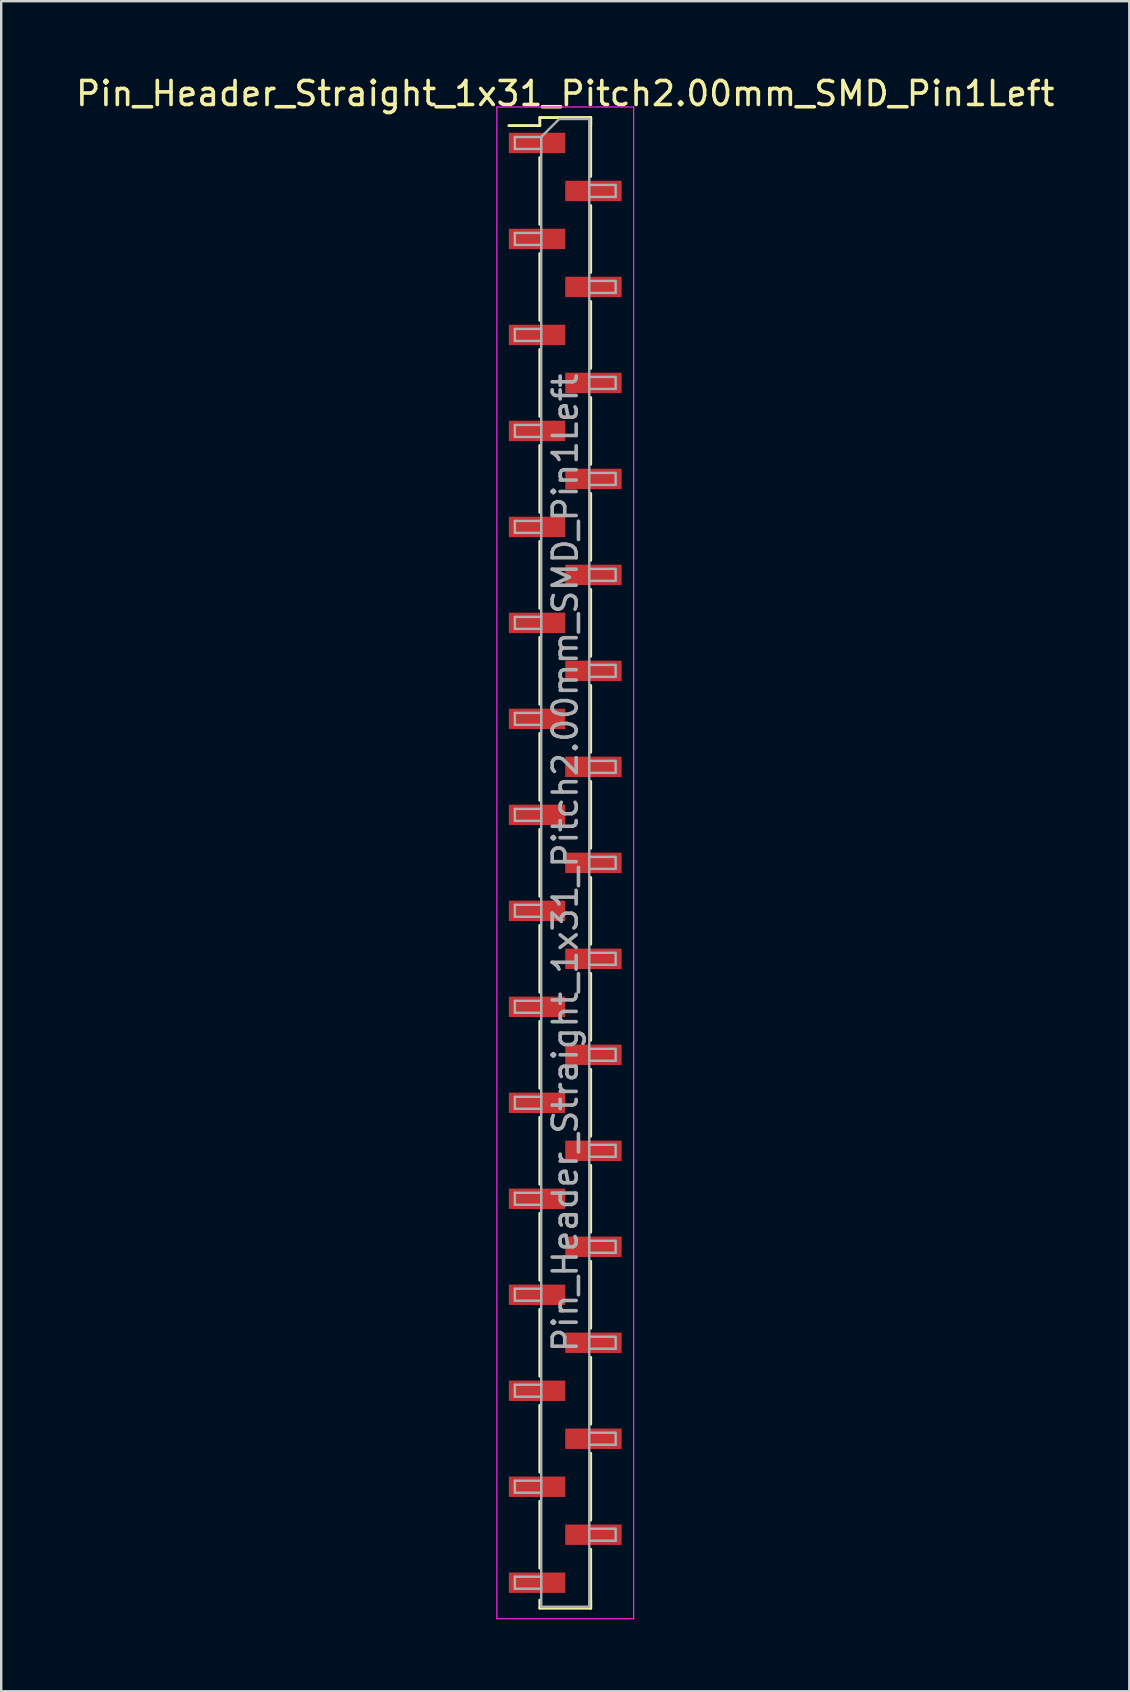
<source format=kicad_pcb>
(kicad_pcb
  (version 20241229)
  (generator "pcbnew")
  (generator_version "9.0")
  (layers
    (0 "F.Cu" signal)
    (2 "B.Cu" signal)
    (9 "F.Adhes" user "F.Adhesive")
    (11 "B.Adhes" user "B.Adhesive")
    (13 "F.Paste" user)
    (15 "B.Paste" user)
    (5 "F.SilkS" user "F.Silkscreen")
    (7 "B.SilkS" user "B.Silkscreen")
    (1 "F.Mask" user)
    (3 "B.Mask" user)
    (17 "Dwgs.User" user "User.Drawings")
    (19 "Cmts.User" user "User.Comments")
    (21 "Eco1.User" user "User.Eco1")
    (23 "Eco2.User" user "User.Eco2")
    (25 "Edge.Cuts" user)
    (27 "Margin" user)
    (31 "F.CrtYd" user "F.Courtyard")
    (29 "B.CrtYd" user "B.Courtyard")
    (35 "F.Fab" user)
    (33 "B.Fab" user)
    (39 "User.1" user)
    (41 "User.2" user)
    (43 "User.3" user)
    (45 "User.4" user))
  (footprint "Pin_Header_Straight_1x31_Pitch2.00mm_SMD_Pin1Left"
    (layer "F.Cu")
    (at 20.506 32.908)
    (property "Reference" "Pin_Header_Straight_1x31_Pitch2.00mm_SMD_Pin1Left" (at 0 -32.06 0) (layer "F.SilkS") (effects (font (size 1 1) (thickness 0.15))))
    (attr smd)
    (fp_line (start -1.06 -31.06) (end 1.06 -31.06) (stroke (width 0.12) (type solid)) (layer "F.SilkS"))
    (fp_line (start -1.06 -30.725) (end -2.35 -30.725) (stroke (width 0.12) (type solid)) (layer "F.SilkS"))
    (fp_line (start -1.06 -30.725) (end -1.06 -31.06) (stroke (width 0.12) (type solid)) (layer "F.SilkS"))
    (fp_line (start -1.06 -29.395) (end -1.06 -26.605) (stroke (width 0.12) (type solid)) (layer "F.SilkS"))
    (fp_line (start -1.06 -25.395) (end -1.06 -22.605) (stroke (width 0.12) (type solid)) (layer "F.SilkS"))
    (fp_line (start -1.06 -21.395) (end -1.06 -18.605) (stroke (width 0.12) (type solid)) (layer "F.SilkS"))
    (fp_line (start -1.06 -17.395) (end -1.06 -14.605) (stroke (width 0.12) (type solid)) (layer "F.SilkS"))
    (fp_line (start -1.06 -13.395) (end -1.06 -10.605) (stroke (width 0.12) (type solid)) (layer "F.SilkS"))
    (fp_line (start -1.06 -9.395) (end -1.06 -6.605) (stroke (width 0.12) (type solid)) (layer "F.SilkS"))
    (fp_line (start -1.06 -5.395) (end -1.06 -2.605) (stroke (width 0.12) (type solid)) (layer "F.SilkS"))
    (fp_line (start -1.06 -1.395) (end -1.06 1.395) (stroke (width 0.12) (type solid)) (layer "F.SilkS"))
    (fp_line (start -1.06 2.605) (end -1.06 5.395) (stroke (width 0.12) (type solid)) (layer "F.SilkS"))
    (fp_line (start -1.06 6.605) (end -1.06 9.395) (stroke (width 0.12) (type solid)) (layer "F.SilkS"))
    (fp_line (start -1.06 10.605) (end -1.06 13.395) (stroke (width 0.12) (type solid)) (layer "F.SilkS"))
    (fp_line (start -1.06 14.605) (end -1.06 17.395) (stroke (width 0.12) (type solid)) (layer "F.SilkS"))
    (fp_line (start -1.06 18.605) (end -1.06 21.395) (stroke (width 0.12) (type solid)) (layer "F.SilkS"))
    (fp_line (start -1.06 22.605) (end -1.06 25.395) (stroke (width 0.12) (type solid)) (layer "F.SilkS"))
    (fp_line (start -1.06 26.605) (end -1.06 29.395) (stroke (width 0.12) (type solid)) (layer "F.SilkS"))
    (fp_line (start -1.06 30.725) (end -1.06 31.06) (stroke (width 0.12) (type solid)) (layer "F.SilkS"))
    (fp_line (start -1.06 31.06) (end 1.06 31.06) (stroke (width 0.12) (type solid)) (layer "F.SilkS"))
    (fp_line (start 1.06 -31.06) (end 1.06 -30.725) (stroke (width 0.12) (type solid)) (layer "F.SilkS"))
    (fp_line (start 1.06 -31.06) (end 1.06 -28.605) (stroke (width 0.12) (type solid)) (layer "F.SilkS"))
    (fp_line (start 1.06 -27.395) (end 1.06 -24.605) (stroke (width 0.12) (type solid)) (layer "F.SilkS"))
    (fp_line (start 1.06 -23.395) (end 1.06 -20.605) (stroke (width 0.12) (type solid)) (layer "F.SilkS"))
    (fp_line (start 1.06 -19.395) (end 1.06 -16.605) (stroke (width 0.12) (type solid)) (layer "F.SilkS"))
    (fp_line (start 1.06 -15.395) (end 1.06 -12.605) (stroke (width 0.12) (type solid)) (layer "F.SilkS"))
    (fp_line (start 1.06 -11.395) (end 1.06 -8.605) (stroke (width 0.12) (type solid)) (layer "F.SilkS"))
    (fp_line (start 1.06 -7.395) (end 1.06 -4.605) (stroke (width 0.12) (type solid)) (layer "F.SilkS"))
    (fp_line (start 1.06 -3.395) (end 1.06 -0.605) (stroke (width 0.12) (type solid)) (layer "F.SilkS"))
    (fp_line (start 1.06 0.605) (end 1.06 3.395) (stroke (width 0.12) (type solid)) (layer "F.SilkS"))
    (fp_line (start 1.06 4.605) (end 1.06 7.395) (stroke (width 0.12) (type solid)) (layer "F.SilkS"))
    (fp_line (start 1.06 8.605) (end 1.06 11.395) (stroke (width 0.12) (type solid)) (layer "F.SilkS"))
    (fp_line (start 1.06 12.605) (end 1.06 15.395) (stroke (width 0.12) (type solid)) (layer "F.SilkS"))
    (fp_line (start 1.06 16.605) (end 1.06 19.395) (stroke (width 0.12) (type solid)) (layer "F.SilkS"))
    (fp_line (start 1.06 20.605) (end 1.06 23.395) (stroke (width 0.12) (type solid)) (layer "F.SilkS"))
    (fp_line (start 1.06 24.605) (end 1.06 27.395) (stroke (width 0.12) (type solid)) (layer "F.SilkS"))
    (fp_line (start 1.06 28.605) (end 1.06 31.06) (stroke (width 0.12) (type solid)) (layer "F.SilkS"))
    (fp_line (start 1.06 31.06) (end 1.06 30.725) (stroke (width 0.12) (type solid)) (layer "F.SilkS"))
    (fp_line (start -2.85 -31.5) (end -2.85 31.5) (stroke (width 0.05) (type solid)) (layer "F.CrtYd"))
    (fp_line (start -2.85 31.5) (end 2.85 31.5) (stroke (width 0.05) (type solid)) (layer "F.CrtYd"))
    (fp_line (start 2.85 -31.5) (end -2.85 -31.5) (stroke (width 0.05) (type solid)) (layer "F.CrtYd"))
    (fp_line (start 2.85 31.5) (end 2.85 -31.5) (stroke (width 0.05) (type solid)) (layer "F.CrtYd"))
    (fp_line (start -2.1 -30.25) (end -2.1 -29.75) (stroke (width 0.1) (type solid)) (layer "F.Fab"))
    (fp_line (start -2.1 -29.75) (end -1 -29.75) (stroke (width 0.1) (type solid)) (layer "F.Fab"))
    (fp_line (start -2.1 -26.25) (end -2.1 -25.75) (stroke (width 0.1) (type solid)) (layer "F.Fab"))
    (fp_line (start -2.1 -25.75) (end -1 -25.75) (stroke (width 0.1) (type solid)) (layer "F.Fab"))
    (fp_line (start -2.1 -22.25) (end -2.1 -21.75) (stroke (width 0.1) (type solid)) (layer "F.Fab"))
    (fp_line (start -2.1 -21.75) (end -1 -21.75) (stroke (width 0.1) (type solid)) (layer "F.Fab"))
    (fp_line (start -2.1 -18.25) (end -2.1 -17.75) (stroke (width 0.1) (type solid)) (layer "F.Fab"))
    (fp_line (start -2.1 -17.75) (end -1 -17.75) (stroke (width 0.1) (type solid)) (layer "F.Fab"))
    (fp_line (start -2.1 -14.25) (end -2.1 -13.75) (stroke (width 0.1) (type solid)) (layer "F.Fab"))
    (fp_line (start -2.1 -13.75) (end -1 -13.75) (stroke (width 0.1) (type solid)) (layer "F.Fab"))
    (fp_line (start -2.1 -10.25) (end -2.1 -9.75) (stroke (width 0.1) (type solid)) (layer "F.Fab"))
    (fp_line (start -2.1 -9.75) (end -1 -9.75) (stroke (width 0.1) (type solid)) (layer "F.Fab"))
    (fp_line (start -2.1 -6.25) (end -2.1 -5.75) (stroke (width 0.1) (type solid)) (layer "F.Fab"))
    (fp_line (start -2.1 -5.75) (end -1 -5.75) (stroke (width 0.1) (type solid)) (layer "F.Fab"))
    (fp_line (start -2.1 -2.25) (end -2.1 -1.75) (stroke (width 0.1) (type solid)) (layer "F.Fab"))
    (fp_line (start -2.1 -1.75) (end -1 -1.75) (stroke (width 0.1) (type solid)) (layer "F.Fab"))
    (fp_line (start -2.1 1.75) (end -2.1 2.25) (stroke (width 0.1) (type solid)) (layer "F.Fab"))
    (fp_line (start -2.1 2.25) (end -1 2.25) (stroke (width 0.1) (type solid)) (layer "F.Fab"))
    (fp_line (start -2.1 5.75) (end -2.1 6.25) (stroke (width 0.1) (type solid)) (layer "F.Fab"))
    (fp_line (start -2.1 6.25) (end -1 6.25) (stroke (width 0.1) (type solid)) (layer "F.Fab"))
    (fp_line (start -2.1 9.75) (end -2.1 10.25) (stroke (width 0.1) (type solid)) (layer "F.Fab"))
    (fp_line (start -2.1 10.25) (end -1 10.25) (stroke (width 0.1) (type solid)) (layer "F.Fab"))
    (fp_line (start -2.1 13.75) (end -2.1 14.25) (stroke (width 0.1) (type solid)) (layer "F.Fab"))
    (fp_line (start -2.1 14.25) (end -1 14.25) (stroke (width 0.1) (type solid)) (layer "F.Fab"))
    (fp_line (start -2.1 17.75) (end -2.1 18.25) (stroke (width 0.1) (type solid)) (layer "F.Fab"))
    (fp_line (start -2.1 18.25) (end -1 18.25) (stroke (width 0.1) (type solid)) (layer "F.Fab"))
    (fp_line (start -2.1 21.75) (end -2.1 22.25) (stroke (width 0.1) (type solid)) (layer "F.Fab"))
    (fp_line (start -2.1 22.25) (end -1 22.25) (stroke (width 0.1) (type solid)) (layer "F.Fab"))
    (fp_line (start -2.1 25.75) (end -2.1 26.25) (stroke (width 0.1) (type solid)) (layer "F.Fab"))
    (fp_line (start -2.1 26.25) (end -1 26.25) (stroke (width 0.1) (type solid)) (layer "F.Fab"))
    (fp_line (start -2.1 29.75) (end -2.1 30.25) (stroke (width 0.1) (type solid)) (layer "F.Fab"))
    (fp_line (start -2.1 30.25) (end -1 30.25) (stroke (width 0.1) (type solid)) (layer "F.Fab"))
    (fp_line (start -1 -30.25) (end -2.1 -30.25) (stroke (width 0.1) (type solid)) (layer "F.Fab"))
    (fp_line (start -1 -30.25) (end -0.25 -31) (stroke (width 0.1) (type solid)) (layer "F.Fab"))
    (fp_line (start -1 -26.25) (end -2.1 -26.25) (stroke (width 0.1) (type solid)) (layer "F.Fab"))
    (fp_line (start -1 -22.25) (end -2.1 -22.25) (stroke (width 0.1) (type solid)) (layer "F.Fab"))
    (fp_line (start -1 -18.25) (end -2.1 -18.25) (stroke (width 0.1) (type solid)) (layer "F.Fab"))
    (fp_line (start -1 -14.25) (end -2.1 -14.25) (stroke (width 0.1) (type solid)) (layer "F.Fab"))
    (fp_line (start -1 -10.25) (end -2.1 -10.25) (stroke (width 0.1) (type solid)) (layer "F.Fab"))
    (fp_line (start -1 -6.25) (end -2.1 -6.25) (stroke (width 0.1) (type solid)) (layer "F.Fab"))
    (fp_line (start -1 -2.25) (end -2.1 -2.25) (stroke (width 0.1) (type solid)) (layer "F.Fab"))
    (fp_line (start -1 1.75) (end -2.1 1.75) (stroke (width 0.1) (type solid)) (layer "F.Fab"))
    (fp_line (start -1 5.75) (end -2.1 5.75) (stroke (width 0.1) (type solid)) (layer "F.Fab"))
    (fp_line (start -1 9.75) (end -2.1 9.75) (stroke (width 0.1) (type solid)) (layer "F.Fab"))
    (fp_line (start -1 13.75) (end -2.1 13.75) (stroke (width 0.1) (type solid)) (layer "F.Fab"))
    (fp_line (start -1 17.75) (end -2.1 17.75) (stroke (width 0.1) (type solid)) (layer "F.Fab"))
    (fp_line (start -1 21.75) (end -2.1 21.75) (stroke (width 0.1) (type solid)) (layer "F.Fab"))
    (fp_line (start -1 25.75) (end -2.1 25.75) (stroke (width 0.1) (type solid)) (layer "F.Fab"))
    (fp_line (start -1 29.75) (end -2.1 29.75) (stroke (width 0.1) (type solid)) (layer "F.Fab"))
    (fp_line (start -1 31) (end -1 -30.25) (stroke (width 0.1) (type solid)) (layer "F.Fab"))
    (fp_line (start -0.25 -31) (end 1 -31) (stroke (width 0.1) (type solid)) (layer "F.Fab"))
    (fp_line (start 1 -31) (end 1 31) (stroke (width 0.1) (type solid)) (layer "F.Fab"))
    (fp_line (start 1 -28.25) (end 2.1 -28.25) (stroke (width 0.1) (type solid)) (layer "F.Fab"))
    (fp_line (start 1 -24.25) (end 2.1 -24.25) (stroke (width 0.1) (type solid)) (layer "F.Fab"))
    (fp_line (start 1 -20.25) (end 2.1 -20.25) (stroke (width 0.1) (type solid)) (layer "F.Fab"))
    (fp_line (start 1 -16.25) (end 2.1 -16.25) (stroke (width 0.1) (type solid)) (layer "F.Fab"))
    (fp_line (start 1 -12.25) (end 2.1 -12.25) (stroke (width 0.1) (type solid)) (layer "F.Fab"))
    (fp_line (start 1 -8.25) (end 2.1 -8.25) (stroke (width 0.1) (type solid)) (layer "F.Fab"))
    (fp_line (start 1 -4.25) (end 2.1 -4.25) (stroke (width 0.1) (type solid)) (layer "F.Fab"))
    (fp_line (start 1 -0.25) (end 2.1 -0.25) (stroke (width 0.1) (type solid)) (layer "F.Fab"))
    (fp_line (start 1 3.75) (end 2.1 3.75) (stroke (width 0.1) (type solid)) (layer "F.Fab"))
    (fp_line (start 1 7.75) (end 2.1 7.75) (stroke (width 0.1) (type solid)) (layer "F.Fab"))
    (fp_line (start 1 11.75) (end 2.1 11.75) (stroke (width 0.1) (type solid)) (layer "F.Fab"))
    (fp_line (start 1 15.75) (end 2.1 15.75) (stroke (width 0.1) (type solid)) (layer "F.Fab"))
    (fp_line (start 1 19.75) (end 2.1 19.75) (stroke (width 0.1) (type solid)) (layer "F.Fab"))
    (fp_line (start 1 23.75) (end 2.1 23.75) (stroke (width 0.1) (type solid)) (layer "F.Fab"))
    (fp_line (start 1 27.75) (end 2.1 27.75) (stroke (width 0.1) (type solid)) (layer "F.Fab"))
    (fp_line (start 1 31) (end -1 31) (stroke (width 0.1) (type solid)) (layer "F.Fab"))
    (fp_line (start 2.1 -28.25) (end 2.1 -27.75) (stroke (width 0.1) (type solid)) (layer "F.Fab"))
    (fp_line (start 2.1 -27.75) (end 1 -27.75) (stroke (width 0.1) (type solid)) (layer "F.Fab"))
    (fp_line (start 2.1 -24.25) (end 2.1 -23.75) (stroke (width 0.1) (type solid)) (layer "F.Fab"))
    (fp_line (start 2.1 -23.75) (end 1 -23.75) (stroke (width 0.1) (type solid)) (layer "F.Fab"))
    (fp_line (start 2.1 -20.25) (end 2.1 -19.75) (stroke (width 0.1) (type solid)) (layer "F.Fab"))
    (fp_line (start 2.1 -19.75) (end 1 -19.75) (stroke (width 0.1) (type solid)) (layer "F.Fab"))
    (fp_line (start 2.1 -16.25) (end 2.1 -15.75) (stroke (width 0.1) (type solid)) (layer "F.Fab"))
    (fp_line (start 2.1 -15.75) (end 1 -15.75) (stroke (width 0.1) (type solid)) (layer "F.Fab"))
    (fp_line (start 2.1 -12.25) (end 2.1 -11.75) (stroke (width 0.1) (type solid)) (layer "F.Fab"))
    (fp_line (start 2.1 -11.75) (end 1 -11.75) (stroke (width 0.1) (type solid)) (layer "F.Fab"))
    (fp_line (start 2.1 -8.25) (end 2.1 -7.75) (stroke (width 0.1) (type solid)) (layer "F.Fab"))
    (fp_line (start 2.1 -7.75) (end 1 -7.75) (stroke (width 0.1) (type solid)) (layer "F.Fab"))
    (fp_line (start 2.1 -4.25) (end 2.1 -3.75) (stroke (width 0.1) (type solid)) (layer "F.Fab"))
    (fp_line (start 2.1 -3.75) (end 1 -3.75) (stroke (width 0.1) (type solid)) (layer "F.Fab"))
    (fp_line (start 2.1 -0.25) (end 2.1 0.25) (stroke (width 0.1) (type solid)) (layer "F.Fab"))
    (fp_line (start 2.1 0.25) (end 1 0.25) (stroke (width 0.1) (type solid)) (layer "F.Fab"))
    (fp_line (start 2.1 3.75) (end 2.1 4.25) (stroke (width 0.1) (type solid)) (layer "F.Fab"))
    (fp_line (start 2.1 4.25) (end 1 4.25) (stroke (width 0.1) (type solid)) (layer "F.Fab"))
    (fp_line (start 2.1 7.75) (end 2.1 8.25) (stroke (width 0.1) (type solid)) (layer "F.Fab"))
    (fp_line (start 2.1 8.25) (end 1 8.25) (stroke (width 0.1) (type solid)) (layer "F.Fab"))
    (fp_line (start 2.1 11.75) (end 2.1 12.25) (stroke (width 0.1) (type solid)) (layer "F.Fab"))
    (fp_line (start 2.1 12.25) (end 1 12.25) (stroke (width 0.1) (type solid)) (layer "F.Fab"))
    (fp_line (start 2.1 15.75) (end 2.1 16.25) (stroke (width 0.1) (type solid)) (layer "F.Fab"))
    (fp_line (start 2.1 16.25) (end 1 16.25) (stroke (width 0.1) (type solid)) (layer "F.Fab"))
    (fp_line (start 2.1 19.75) (end 2.1 20.25) (stroke (width 0.1) (type solid)) (layer "F.Fab"))
    (fp_line (start 2.1 20.25) (end 1 20.25) (stroke (width 0.1) (type solid)) (layer "F.Fab"))
    (fp_line (start 2.1 23.75) (end 2.1 24.25) (stroke (width 0.1) (type solid)) (layer "F.Fab"))
    (fp_line (start 2.1 24.25) (end 1 24.25) (stroke (width 0.1) (type solid)) (layer "F.Fab"))
    (fp_line (start 2.1 27.75) (end 2.1 28.25) (stroke (width 0.1) (type solid)) (layer "F.Fab"))
    (fp_line (start 2.1 28.25) (end 1 28.25) (stroke (width 0.1) (type solid)) (layer "F.Fab"))
    (fp_text user "${REFERENCE}" (at 0 0 90) (layer "F.Fab") (effects (font (size 1 1) (thickness 0.15))))
    (pad "1" smd rect (at -1.175 -30) (size 2.35 0.85) (layers "F.Cu" "F.Mask" "F.Paste"))
    (pad "2" smd rect (at 1.175 -28) (size 2.35 0.85) (layers "F.Cu" "F.Mask" "F.Paste"))
    (pad "3" smd rect (at -1.175 -26) (size 2.35 0.85) (layers "F.Cu" "F.Mask" "F.Paste"))
    (pad "4" smd rect (at 1.175 -24) (size 2.35 0.85) (layers "F.Cu" "F.Mask" "F.Paste"))
    (pad "5" smd rect (at -1.175 -22) (size 2.35 0.85) (layers "F.Cu" "F.Mask" "F.Paste"))
    (pad "6" smd rect (at 1.175 -20) (size 2.35 0.85) (layers "F.Cu" "F.Mask" "F.Paste"))
    (pad "7" smd rect (at -1.175 -18) (size 2.35 0.85) (layers "F.Cu" "F.Mask" "F.Paste"))
    (pad "8" smd rect (at 1.175 -16) (size 2.35 0.85) (layers "F.Cu" "F.Mask" "F.Paste"))
    (pad "9" smd rect (at -1.175 -14) (size 2.35 0.85) (layers "F.Cu" "F.Mask" "F.Paste"))
    (pad "10" smd rect (at 1.175 -12) (size 2.35 0.85) (layers "F.Cu" "F.Mask" "F.Paste"))
    (pad "11" smd rect (at -1.175 -10) (size 2.35 0.85) (layers "F.Cu" "F.Mask" "F.Paste"))
    (pad "12" smd rect (at 1.175 -8) (size 2.35 0.85) (layers "F.Cu" "F.Mask" "F.Paste"))
    (pad "13" smd rect (at -1.175 -6) (size 2.35 0.85) (layers "F.Cu" "F.Mask" "F.Paste"))
    (pad "14" smd rect (at 1.175 -4) (size 2.35 0.85) (layers "F.Cu" "F.Mask" "F.Paste"))
    (pad "15" smd rect (at -1.175 -2) (size 2.35 0.85) (layers "F.Cu" "F.Mask" "F.Paste"))
    (pad "16" smd rect (at 1.175 0) (size 2.35 0.85) (layers "F.Cu" "F.Mask" "F.Paste"))
    (pad "17" smd rect (at -1.175 2) (size 2.35 0.85) (layers "F.Cu" "F.Mask" "F.Paste"))
    (pad "18" smd rect (at 1.175 4) (size 2.35 0.85) (layers "F.Cu" "F.Mask" "F.Paste"))
    (pad "19" smd rect (at -1.175 6) (size 2.35 0.85) (layers "F.Cu" "F.Mask" "F.Paste"))
    (pad "20" smd rect (at 1.175 8) (size 2.35 0.85) (layers "F.Cu" "F.Mask" "F.Paste"))
    (pad "21" smd rect (at -1.175 10) (size 2.35 0.85) (layers "F.Cu" "F.Mask" "F.Paste"))
    (pad "22" smd rect (at 1.175 12) (size 2.35 0.85) (layers "F.Cu" "F.Mask" "F.Paste"))
    (pad "23" smd rect (at -1.175 14) (size 2.35 0.85) (layers "F.Cu" "F.Mask" "F.Paste"))
    (pad "24" smd rect (at 1.175 16) (size 2.35 0.85) (layers "F.Cu" "F.Mask" "F.Paste"))
    (pad "25" smd rect (at -1.175 18) (size 2.35 0.85) (layers "F.Cu" "F.Mask" "F.Paste"))
    (pad "26" smd rect (at 1.175 20) (size 2.35 0.85) (layers "F.Cu" "F.Mask" "F.Paste"))
    (pad "27" smd rect (at -1.175 22) (size 2.35 0.85) (layers "F.Cu" "F.Mask" "F.Paste"))
    (pad "28" smd rect (at 1.175 24) (size 2.35 0.85) (layers "F.Cu" "F.Mask" "F.Paste"))
    (pad "29" smd rect (at -1.175 26) (size 2.35 0.85) (layers "F.Cu" "F.Mask" "F.Paste"))
    (pad "30" smd rect (at 1.175 28) (size 2.35 0.85) (layers "F.Cu" "F.Mask" "F.Paste"))
    (pad "31" smd rect (at -1.175 30) (size 2.35 0.85) (layers "F.Cu" "F.Mask" "F.Paste")))
  (gr_rect
    (start -3 -3)
    (end 44.012 67.433)
    (stroke (width 0.1) (type default))
    (fill no)
    (layer "Edge.Cuts")))
</source>
